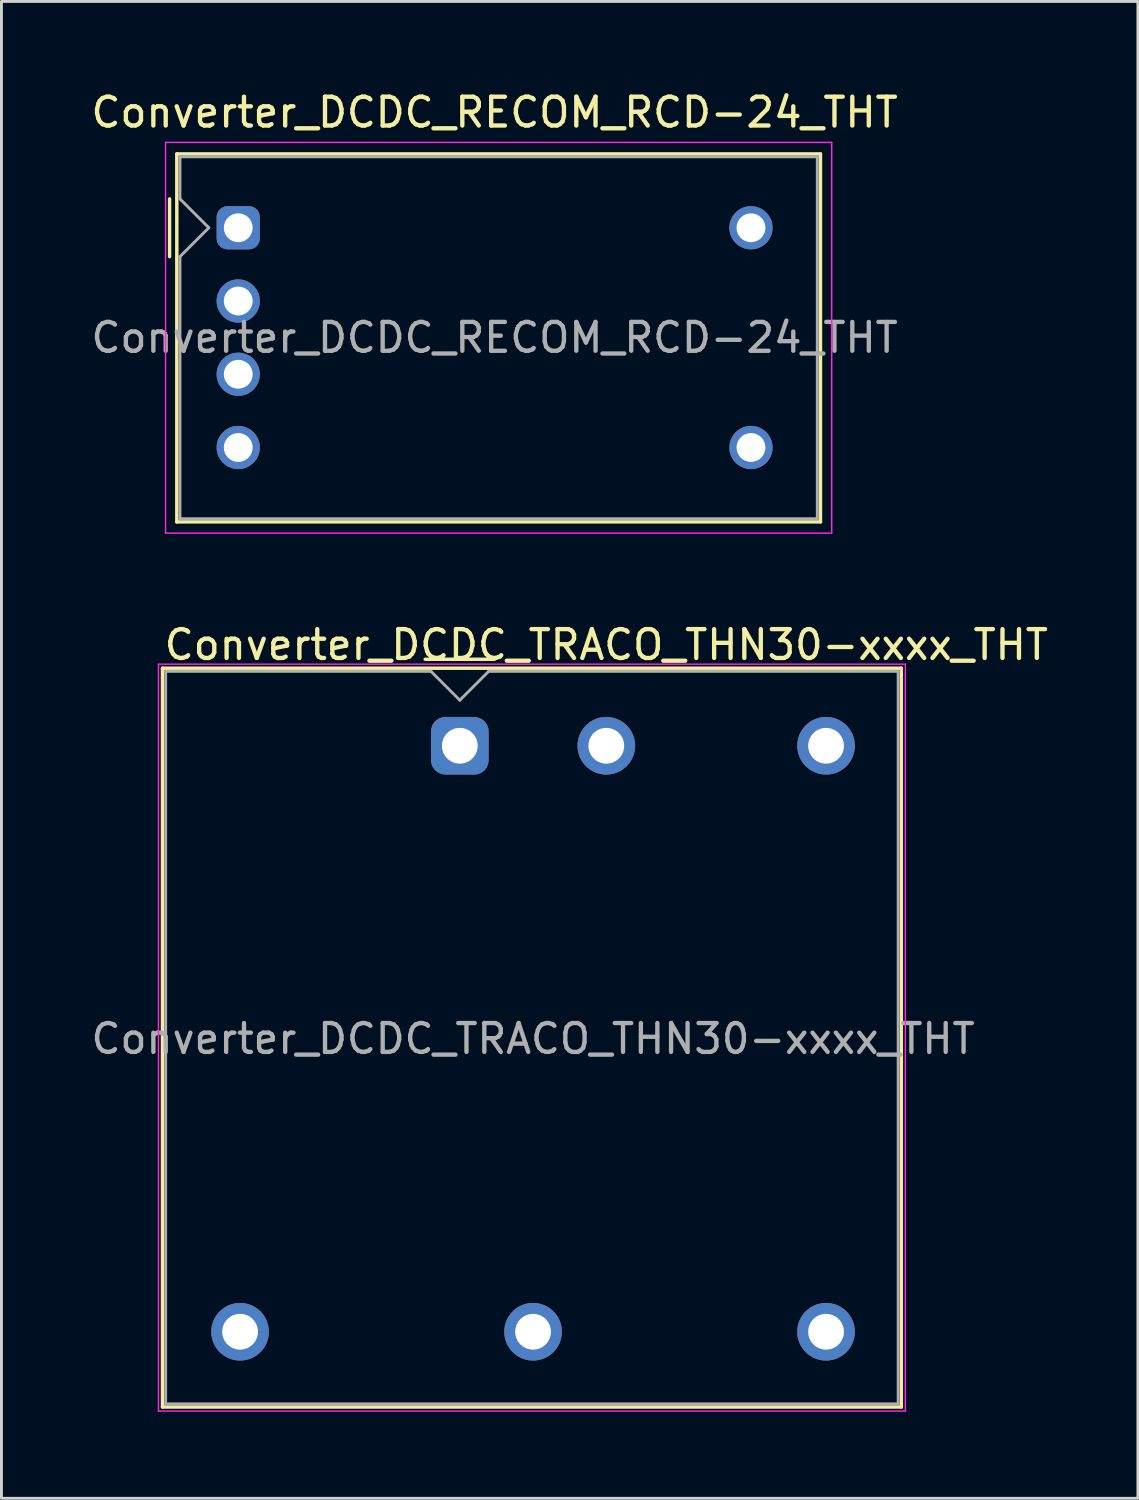
<source format=kicad_pcb>
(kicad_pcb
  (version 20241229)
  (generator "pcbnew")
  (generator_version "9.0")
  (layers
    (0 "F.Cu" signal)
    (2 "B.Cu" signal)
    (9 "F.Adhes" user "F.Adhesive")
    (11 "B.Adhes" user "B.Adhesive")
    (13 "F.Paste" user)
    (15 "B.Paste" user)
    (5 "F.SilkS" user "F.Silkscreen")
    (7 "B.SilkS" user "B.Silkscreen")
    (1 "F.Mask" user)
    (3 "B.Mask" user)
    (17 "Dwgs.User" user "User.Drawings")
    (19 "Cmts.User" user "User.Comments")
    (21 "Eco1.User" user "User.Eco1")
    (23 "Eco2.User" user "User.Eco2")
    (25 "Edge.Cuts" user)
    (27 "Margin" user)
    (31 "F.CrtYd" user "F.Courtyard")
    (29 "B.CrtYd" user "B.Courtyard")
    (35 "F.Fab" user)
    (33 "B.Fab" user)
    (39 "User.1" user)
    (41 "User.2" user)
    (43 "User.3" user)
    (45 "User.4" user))
  (footprint "Converter_DCDC_TRACO_THN30-xxxx_THT"
    (layer "F.Cu")
    (at 12.895 22.811)
    (property "Reference" "Converter_DCDC_TRACO_THN30-xxxx_THT" (at 5.08 -3.5 0) (unlocked yes) (layer "F.SilkS") (effects (font (size 1 1) (thickness 0.15))))
    (attr through_hole)
    (fp_line (start -10.31 -2.69) (end -10.31 22.93) (stroke (width 0.12) (type default)) (layer "F.SilkS"))
    (fp_line (start -10.31 -2.69) (end 15.31 -2.69) (stroke (width 0.12) (type default)) (layer "F.SilkS"))
    (fp_line (start -10.31 22.93) (end 15.31 22.93) (stroke (width 0.12) (type default)) (layer "F.SilkS"))
    (fp_line (start -1.2 -3) (end 1.2 -3) (stroke (width 0.12) (type default)) (layer "F.SilkS"))
    (fp_line (start 15.31 22.93) (end 15.31 -2.69) (stroke (width 0.12) (type default)) (layer "F.SilkS"))
    (fp_line (start -10.45 -2.83) (end -10.45 23.07) (stroke (width 0.05) (type default)) (layer "F.CrtYd"))
    (fp_line (start -10.45 -2.83) (end 15.45 -2.83) (stroke (width 0.05) (type default)) (layer "F.CrtYd"))
    (fp_line (start -10.45 23.07) (end 15.45 23.07) (stroke (width 0.05) (type default)) (layer "F.CrtYd"))
    (fp_line (start 15.45 -2.83) (end 15.45 23.07) (stroke (width 0.05) (type default)) (layer "F.CrtYd"))
    (fp_line (start -10.2 -2.58) (end -10.2 22.82) (stroke (width 0.1) (type default)) (layer "F.Fab"))
    (fp_line (start -10.2 -2.58) (end -1 -2.58) (stroke (width 0.1) (type default)) (layer "F.Fab"))
    (fp_line (start -10.2 22.82) (end 15.2 22.82) (stroke (width 0.1) (type default)) (layer "F.Fab"))
    (fp_line (start -1 -2.58) (end 0 -1.58) (stroke (width 0.1) (type default)) (layer "F.Fab"))
    (fp_line (start 1 -2.58) (end 0 -1.58) (stroke (width 0.1) (type default)) (layer "F.Fab"))
    (fp_line (start 1 -2.58) (end 15.2 -2.58) (stroke (width 0.1) (type default)) (layer "F.Fab"))
    (fp_line (start 15.2 -2.58) (end 15.2 22.82) (stroke (width 0.1) (type default)) (layer "F.Fab"))
    (fp_text user "${REFERENCE}" (at 2.54 10.16 0) (unlocked yes) (layer "F.Fab") (effects (font (size 1 1) (thickness 0.15))))
    (pad "1" thru_hole roundrect (at 0 0) (size 2 2) (drill 1.24) (layers "*.Cu" "*.Mask") (roundrect_rratio 0.25))
    (pad "2" thru_hole circle (at 5.08 0) (size 2 2) (drill 1.24) (layers "*.Cu" "*.Mask"))
    (pad "4" thru_hole circle (at 2.54 20.32) (size 2 2) (drill 1.24) (layers "*.Cu" "*.Mask"))
    (pad "5" thru_hole circle (at -7.62 20.32) (size 2 2) (drill 1.24) (layers "*.Cu" "*.Mask"))
    (pad "5" thru_hole circle (at 12.7 20.32) (size 2 2) (drill 1.24) (layers "*.Cu" "*.Mask"))
    (pad "6" thru_hole circle (at 12.7 0) (size 2 2) (drill 1.24) (layers "*.Cu" "*.Mask")))
  (footprint "Converter_DCDC_RECOM_RCD-24_THT"
    (layer "F.Cu")
    (at 5.211 4.848)
    (property "Reference" "Converter_DCDC_RECOM_RCD-24_THT" (at 8.89 -4 0) (unlocked yes) (layer "F.SilkS") (effects (font (size 1 1) (thickness 0.15))))
    (attr through_hole)
    (fp_line (start -2.38 -1) (end -2.38 1) (stroke (width 0.12) (type default)) (layer "F.SilkS"))
    (fp_line (start -2.13 -2.56) (end -2.13 10.2) (stroke (width 0.12) (type default)) (layer "F.SilkS"))
    (fp_line (start -2.13 -2.56) (end 20.19 -2.56) (stroke (width 0.12) (type default)) (layer "F.SilkS"))
    (fp_line (start -2.13 10.2) (end 20.19 10.2) (stroke (width 0.12) (type default)) (layer "F.SilkS"))
    (fp_line (start 20.19 -2.56) (end 20.19 10.2) (stroke (width 0.12) (type default)) (layer "F.SilkS"))
    (fp_line (start -2.52 -2.96) (end -2.52 10.59) (stroke (width 0.05) (type default)) (layer "F.CrtYd"))
    (fp_line (start -2.52 -2.96) (end 20.58 -2.96) (stroke (width 0.05) (type default)) (layer "F.CrtYd"))
    (fp_line (start -2.52 10.59) (end 20.58 10.59) (stroke (width 0.05) (type default)) (layer "F.CrtYd"))
    (fp_line (start 20.58 -2.96) (end 20.58 10.59) (stroke (width 0.05) (type default)) (layer "F.CrtYd"))
    (fp_line (start -2.02 -2.46) (end -2.02 -1) (stroke (width 0.1) (type default)) (layer "F.Fab"))
    (fp_line (start -2.02 -2.46) (end 20.08 -2.46) (stroke (width 0.1) (type default)) (layer "F.Fab"))
    (fp_line (start -2.02 -1) (end -1.02 0) (stroke (width 0.1) (type default)) (layer "F.Fab"))
    (fp_line (start -2.02 1) (end -2.02 10.09) (stroke (width 0.1) (type default)) (layer "F.Fab"))
    (fp_line (start -2.02 10.09) (end 20.08 10.09) (stroke (width 0.1) (type default)) (layer "F.Fab"))
    (fp_line (start -1.02 0) (end -2.02 1) (stroke (width 0.1) (type default)) (layer "F.Fab"))
    (fp_line (start 20.08 -2.46) (end 20.08 10.09) (stroke (width 0.1) (type default)) (layer "F.Fab"))
    (fp_text user "${REFERENCE}" (at 8.89 3.81 0) (unlocked yes) (layer "F.Fab") (effects (font (size 1 1) (thickness 0.15))))
    (pad "1" thru_hole roundrect (at 0 0) (size 1.5 1.5) (drill 1) (layers "*.Cu" "*.Mask") (roundrect_rratio 0.25))
    (pad "2" thru_hole circle (at 0 2.54) (size 1.5 1.5) (drill 1) (layers "*.Cu" "*.Mask"))
    (pad "3" thru_hole circle (at 0 5.08) (size 1.5 1.5) (drill 1) (layers "*.Cu" "*.Mask"))
    (pad "4" thru_hole circle (at 0 7.62) (size 1.5 1.5) (drill 1) (layers "*.Cu" "*.Mask"))
    (pad "5" thru_hole circle (at 17.78 7.62) (size 1.5 1.5) (drill 1) (layers "*.Cu" "*.Mask"))
    (pad "6" thru_hole circle (at 17.78 0) (size 1.5 1.5) (drill 1) (layers "*.Cu" "*.Mask")))
  (gr_rect
    (start -3 -3)
    (end 36.409 48.907)
    (stroke (width 0.1) (type default))
    (fill no)
    (layer "Edge.Cuts")))
</source>
